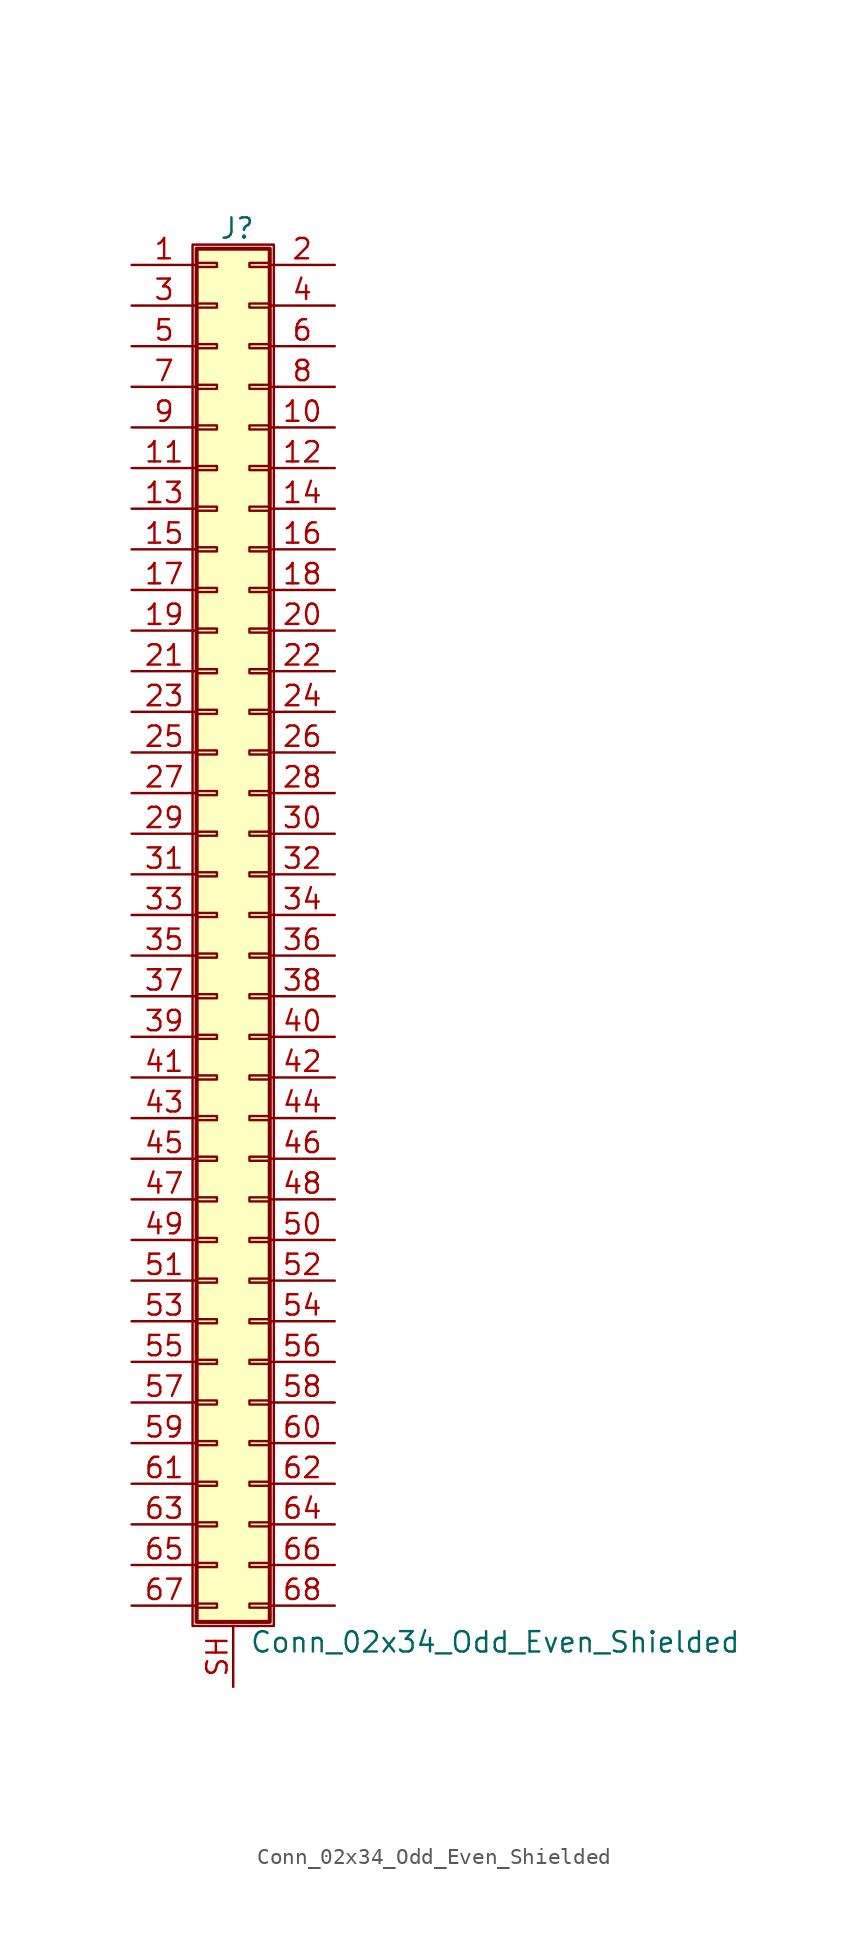
<source format=kicad_sym>
(kicad_symbol_lib
  (version 20201005)
  (generator kicad_symbol_editor)
  (symbol "Conn_02x34_Odd_Even_Shielded"
    (pin_names
      (offset 1.016) hide)
    (property "Reference" "J"
      (at 1.524 42.926 0)
      (effects (font (size 1.27 1.27))))
    (property "Value" "Conn_02x34_Odd_Even_Shielded"
      (at 2.286 -45.466 0)
      (effects (font (size 1.27 1.27)) (justify left)))
    (symbol "Conn_02x34_Odd_Even_Shielded_1_1"
      (rectangle (start -1.27 41.91) (end 3.81 -44.45) (stroke (width 0.152)) (fill (type none)))
      (rectangle (start -1.016 -43.053) (end 0.254 -43.307) (stroke (width 0.152)) (fill (type none)))
      (rectangle (start -1.016 -40.513) (end 0.254 -40.767) (stroke (width 0.152)) (fill (type none)))
      (rectangle (start -1.016 -37.973) (end 0.254 -38.227) (stroke (width 0.152)) (fill (type none)))
      (rectangle (start -1.016 -35.433) (end 0.254 -35.687) (stroke (width 0.152)) (fill (type none)))
      (rectangle (start -1.016 -32.893) (end 0.254 -33.147) (stroke (width 0.152)) (fill (type none)))
      (rectangle (start -1.016 -30.353) (end 0.254 -30.607) (stroke (width 0.152)) (fill (type none)))
      (rectangle (start -1.016 -27.813) (end 0.254 -28.067) (stroke (width 0.152)) (fill (type none)))
      (rectangle (start -1.016 -25.273) (end 0.254 -25.527) (stroke (width 0.152)) (fill (type none)))
      (rectangle (start -1.016 -22.733) (end 0.254 -22.987) (stroke (width 0.152)) (fill (type none)))
      (rectangle (start -1.016 -20.193) (end 0.254 -20.447) (stroke (width 0.152)) (fill (type none)))
      (rectangle (start -1.016 -17.653) (end 0.254 -17.907) (stroke (width 0.152)) (fill (type none)))
      (rectangle (start -1.016 -15.113) (end 0.254 -15.367) (stroke (width 0.152)) (fill (type none)))
      (rectangle (start -1.016 -12.573) (end 0.254 -12.827) (stroke (width 0.152)) (fill (type none)))
      (rectangle (start -1.016 -10.033) (end 0.254 -10.287) (stroke (width 0.152)) (fill (type none)))
      (rectangle (start -1.016 -7.493) (end 0.254 -7.747) (stroke (width 0.152)) (fill (type none)))
      (rectangle (start -1.016 -4.953) (end 0.254 -5.207) (stroke (width 0.152)) (fill (type none)))
      (rectangle (start -1.016 -2.413) (end 0.254 -2.667) (stroke (width 0.152)) (fill (type none)))
      (rectangle (start -1.016 0.127) (end 0.254 -0.127) (stroke (width 0.152)) (fill (type none)))
      (rectangle (start -1.016 2.667) (end 0.254 2.413) (stroke (width 0.152)) (fill (type none)))
      (rectangle (start -1.016 5.207) (end 0.254 4.953) (stroke (width 0.152)) (fill (type none)))
      (rectangle (start -1.016 7.747) (end 0.254 7.493) (stroke (width 0.152)) (fill (type none)))
      (rectangle (start -1.016 10.287) (end 0.254 10.033) (stroke (width 0.152)) (fill (type none)))
      (rectangle (start -1.016 12.827) (end 0.254 12.573) (stroke (width 0.152)) (fill (type none)))
      (rectangle (start -1.016 15.367) (end 0.254 15.113) (stroke (width 0.152)) (fill (type none)))
      (rectangle (start -1.016 17.907) (end 0.254 17.653) (stroke (width 0.152)) (fill (type none)))
      (rectangle (start -1.016 20.447) (end 0.254 20.193) (stroke (width 0.152)) (fill (type none)))
      (rectangle (start -1.016 22.987) (end 0.254 22.733) (stroke (width 0.152)) (fill (type none)))
      (rectangle (start -1.016 25.527) (end 0.254 25.273) (stroke (width 0.152)) (fill (type none)))
      (rectangle (start -1.016 28.067) (end 0.254 27.813) (stroke (width 0.152)) (fill (type none)))
      (rectangle (start -1.016 30.607) (end 0.254 30.353) (stroke (width 0.152)) (fill (type none)))
      (rectangle (start -1.016 33.147) (end 0.254 32.893) (stroke (width 0.152)) (fill (type none)))
      (rectangle (start -1.016 35.687) (end 0.254 35.433) (stroke (width 0.152)) (fill (type none)))
      (rectangle (start -1.016 38.227) (end 0.254 37.973) (stroke (width 0.152)) (fill (type none)))
      (rectangle (start -1.016 40.767) (end 0.254 40.513) (stroke (width 0.152)) (fill (type none)))
      (rectangle (start -1.016 41.656) (end 3.556 -44.196) (stroke (width 0.254)) (fill (type background)))
      (rectangle (start 3.556 -43.053) (end 2.286 -43.307) (stroke (width 0.152)) (fill (type none)))
      (rectangle (start 3.556 -40.513) (end 2.286 -40.767) (stroke (width 0.152)) (fill (type none)))
      (rectangle (start 3.556 -37.973) (end 2.286 -38.227) (stroke (width 0.152)) (fill (type none)))
      (rectangle (start 3.556 -35.433) (end 2.286 -35.687) (stroke (width 0.152)) (fill (type none)))
      (rectangle (start 3.556 -32.893) (end 2.286 -33.147) (stroke (width 0.152)) (fill (type none)))
      (rectangle (start 3.556 -30.353) (end 2.286 -30.607) (stroke (width 0.152)) (fill (type none)))
      (rectangle (start 3.556 -27.813) (end 2.286 -28.067) (stroke (width 0.152)) (fill (type none)))
      (rectangle (start 3.556 -25.273) (end 2.286 -25.527) (stroke (width 0.152)) (fill (type none)))
      (rectangle (start 3.556 -22.733) (end 2.286 -22.987) (stroke (width 0.152)) (fill (type none)))
      (rectangle (start 3.556 -20.193) (end 2.286 -20.447) (stroke (width 0.152)) (fill (type none)))
      (rectangle (start 3.556 -17.653) (end 2.286 -17.907) (stroke (width 0.152)) (fill (type none)))
      (rectangle (start 3.556 -15.113) (end 2.286 -15.367) (stroke (width 0.152)) (fill (type none)))
      (rectangle (start 3.556 -12.573) (end 2.286 -12.827) (stroke (width 0.152)) (fill (type none)))
      (rectangle (start 3.556 -10.033) (end 2.286 -10.287) (stroke (width 0.152)) (fill (type none)))
      (rectangle (start 3.556 -7.493) (end 2.286 -7.747) (stroke (width 0.152)) (fill (type none)))
      (rectangle (start 3.556 -4.953) (end 2.286 -5.207) (stroke (width 0.152)) (fill (type none)))
      (rectangle (start 3.556 -2.413) (end 2.286 -2.667) (stroke (width 0.152)) (fill (type none)))
      (rectangle (start 3.556 0.127) (end 2.286 -0.127) (stroke (width 0.152)) (fill (type none)))
      (rectangle (start 3.556 2.667) (end 2.286 2.413) (stroke (width 0.152)) (fill (type none)))
      (rectangle (start 3.556 5.207) (end 2.286 4.953) (stroke (width 0.152)) (fill (type none)))
      (rectangle (start 3.556 7.747) (end 2.286 7.493) (stroke (width 0.152)) (fill (type none)))
      (rectangle (start 3.556 10.287) (end 2.286 10.033) (stroke (width 0.152)) (fill (type none)))
      (rectangle (start 3.556 12.827) (end 2.286 12.573) (stroke (width 0.152)) (fill (type none)))
      (rectangle (start 3.556 15.367) (end 2.286 15.113) (stroke (width 0.152)) (fill (type none)))
      (rectangle (start 3.556 17.907) (end 2.286 17.653) (stroke (width 0.152)) (fill (type none)))
      (rectangle (start 3.556 20.447) (end 2.286 20.193) (stroke (width 0.152)) (fill (type none)))
      (rectangle (start 3.556 22.987) (end 2.286 22.733) (stroke (width 0.152)) (fill (type none)))
      (rectangle (start 3.556 25.527) (end 2.286 25.273) (stroke (width 0.152)) (fill (type none)))
      (rectangle (start 3.556 28.067) (end 2.286 27.813) (stroke (width 0.152)) (fill (type none)))
      (rectangle (start 3.556 30.607) (end 2.286 30.353) (stroke (width 0.152)) (fill (type none)))
      (rectangle (start 3.556 33.147) (end 2.286 32.893) (stroke (width 0.152)) (fill (type none)))
      (rectangle (start 3.556 35.687) (end 2.286 35.433) (stroke (width 0.152)) (fill (type none)))
      (rectangle (start 3.556 38.227) (end 2.286 37.973) (stroke (width 0.152)) (fill (type none)))
      (rectangle (start 3.556 40.767) (end 2.286 40.513) (stroke (width 0.152)) (fill (type none)))
      (pin passive line (at -5.08 40.64 0) (length 4.064) (name "Pin_1" (effects (font (size 1.27 1.27)))) (number "1" (effects (font (size 1.27 1.27)))))
      (pin passive line (at 7.62 30.48 180) (length 4.064) (name "Pin_10" (effects (font (size 1.27 1.27)))) (number "10" (effects (font (size 1.27 1.27)))))
      (pin passive line (at -5.08 27.94 0) (length 4.064) (name "Pin_11" (effects (font (size 1.27 1.27)))) (number "11" (effects (font (size 1.27 1.27)))))
      (pin passive line (at 7.62 27.94 180) (length 4.064) (name "Pin_12" (effects (font (size 1.27 1.27)))) (number "12" (effects (font (size 1.27 1.27)))))
      (pin passive line (at -5.08 25.4 0) (length 4.064) (name "Pin_13" (effects (font (size 1.27 1.27)))) (number "13" (effects (font (size 1.27 1.27)))))
      (pin passive line (at 7.62 25.4 180) (length 4.064) (name "Pin_14" (effects (font (size 1.27 1.27)))) (number "14" (effects (font (size 1.27 1.27)))))
      (pin passive line (at -5.08 22.86 0) (length 4.064) (name "Pin_15" (effects (font (size 1.27 1.27)))) (number "15" (effects (font (size 1.27 1.27)))))
      (pin passive line (at 7.62 22.86 180) (length 4.064) (name "Pin_16" (effects (font (size 1.27 1.27)))) (number "16" (effects (font (size 1.27 1.27)))))
      (pin passive line (at -5.08 20.32 0) (length 4.064) (name "Pin_17" (effects (font (size 1.27 1.27)))) (number "17" (effects (font (size 1.27 1.27)))))
      (pin passive line (at 7.62 20.32 180) (length 4.064) (name "Pin_18" (effects (font (size 1.27 1.27)))) (number "18" (effects (font (size 1.27 1.27)))))
      (pin passive line (at -5.08 17.78 0) (length 4.064) (name "Pin_19" (effects (font (size 1.27 1.27)))) (number "19" (effects (font (size 1.27 1.27)))))
      (pin passive line (at 7.62 40.64 180) (length 4.064) (name "Pin_2" (effects (font (size 1.27 1.27)))) (number "2" (effects (font (size 1.27 1.27)))))
      (pin passive line (at 7.62 17.78 180) (length 4.064) (name "Pin_20" (effects (font (size 1.27 1.27)))) (number "20" (effects (font (size 1.27 1.27)))))
      (pin passive line (at -5.08 15.24 0) (length 4.064) (name "Pin_21" (effects (font (size 1.27 1.27)))) (number "21" (effects (font (size 1.27 1.27)))))
      (pin passive line (at 7.62 15.24 180) (length 4.064) (name "Pin_22" (effects (font (size 1.27 1.27)))) (number "22" (effects (font (size 1.27 1.27)))))
      (pin passive line (at -5.08 12.7 0) (length 4.064) (name "Pin_23" (effects (font (size 1.27 1.27)))) (number "23" (effects (font (size 1.27 1.27)))))
      (pin passive line (at 7.62 12.7 180) (length 4.064) (name "Pin_24" (effects (font (size 1.27 1.27)))) (number "24" (effects (font (size 1.27 1.27)))))
      (pin passive line (at -5.08 10.16 0) (length 4.064) (name "Pin_25" (effects (font (size 1.27 1.27)))) (number "25" (effects (font (size 1.27 1.27)))))
      (pin passive line (at 7.62 10.16 180) (length 4.064) (name "Pin_26" (effects (font (size 1.27 1.27)))) (number "26" (effects (font (size 1.27 1.27)))))
      (pin passive line (at -5.08 7.62 0) (length 4.064) (name "Pin_27" (effects (font (size 1.27 1.27)))) (number "27" (effects (font (size 1.27 1.27)))))
      (pin passive line (at 7.62 7.62 180) (length 4.064) (name "Pin_28" (effects (font (size 1.27 1.27)))) (number "28" (effects (font (size 1.27 1.27)))))
      (pin passive line (at -5.08 5.08 0) (length 4.064) (name "Pin_29" (effects (font (size 1.27 1.27)))) (number "29" (effects (font (size 1.27 1.27)))))
      (pin passive line (at -5.08 38.1 0) (length 4.064) (name "Pin_3" (effects (font (size 1.27 1.27)))) (number "3" (effects (font (size 1.27 1.27)))))
      (pin passive line (at 7.62 5.08 180) (length 4.064) (name "Pin_30" (effects (font (size 1.27 1.27)))) (number "30" (effects (font (size 1.27 1.27)))))
      (pin passive line (at -5.08 2.54 0) (length 4.064) (name "Pin_31" (effects (font (size 1.27 1.27)))) (number "31" (effects (font (size 1.27 1.27)))))
      (pin passive line (at 7.62 2.54 180) (length 4.064) (name "Pin_32" (effects (font (size 1.27 1.27)))) (number "32" (effects (font (size 1.27 1.27)))))
      (pin passive line (at -5.08 0 0) (length 4.064) (name "Pin_33" (effects (font (size 1.27 1.27)))) (number "33" (effects (font (size 1.27 1.27)))))
      (pin passive line (at 7.62 0 180) (length 4.064) (name "Pin_34" (effects (font (size 1.27 1.27)))) (number "34" (effects (font (size 1.27 1.27)))))
      (pin passive line (at -5.08 -2.54 0) (length 4.064) (name "Pin_35" (effects (font (size 1.27 1.27)))) (number "35" (effects (font (size 1.27 1.27)))))
      (pin passive line (at 7.62 -2.54 180) (length 4.064) (name "Pin_36" (effects (font (size 1.27 1.27)))) (number "36" (effects (font (size 1.27 1.27)))))
      (pin passive line (at -5.08 -5.08 0) (length 4.064) (name "Pin_37" (effects (font (size 1.27 1.27)))) (number "37" (effects (font (size 1.27 1.27)))))
      (pin passive line (at 7.62 -5.08 180) (length 4.064) (name "Pin_38" (effects (font (size 1.27 1.27)))) (number "38" (effects (font (size 1.27 1.27)))))
      (pin passive line (at -5.08 -7.62 0) (length 4.064) (name "Pin_39" (effects (font (size 1.27 1.27)))) (number "39" (effects (font (size 1.27 1.27)))))
      (pin passive line (at 7.62 38.1 180) (length 4.064) (name "Pin_4" (effects (font (size 1.27 1.27)))) (number "4" (effects (font (size 1.27 1.27)))))
      (pin passive line (at 7.62 -7.62 180) (length 4.064) (name "Pin_40" (effects (font (size 1.27 1.27)))) (number "40" (effects (font (size 1.27 1.27)))))
      (pin passive line (at -5.08 -10.16 0) (length 4.064) (name "Pin_41" (effects (font (size 1.27 1.27)))) (number "41" (effects (font (size 1.27 1.27)))))
      (pin passive line (at 7.62 -10.16 180) (length 4.064) (name "Pin_42" (effects (font (size 1.27 1.27)))) (number "42" (effects (font (size 1.27 1.27)))))
      (pin passive line (at -5.08 -12.7 0) (length 4.064) (name "Pin_43" (effects (font (size 1.27 1.27)))) (number "43" (effects (font (size 1.27 1.27)))))
      (pin passive line (at 7.62 -12.7 180) (length 4.064) (name "Pin_44" (effects (font (size 1.27 1.27)))) (number "44" (effects (font (size 1.27 1.27)))))
      (pin passive line (at -5.08 -15.24 0) (length 4.064) (name "Pin_45" (effects (font (size 1.27 1.27)))) (number "45" (effects (font (size 1.27 1.27)))))
      (pin passive line (at 7.62 -15.24 180) (length 4.064) (name "Pin_46" (effects (font (size 1.27 1.27)))) (number "46" (effects (font (size 1.27 1.27)))))
      (pin passive line (at -5.08 -17.78 0) (length 4.064) (name "Pin_47" (effects (font (size 1.27 1.27)))) (number "47" (effects (font (size 1.27 1.27)))))
      (pin passive line (at 7.62 -17.78 180) (length 4.064) (name "Pin_48" (effects (font (size 1.27 1.27)))) (number "48" (effects (font (size 1.27 1.27)))))
      (pin passive line (at -5.08 -20.32 0) (length 4.064) (name "Pin_49" (effects (font (size 1.27 1.27)))) (number "49" (effects (font (size 1.27 1.27)))))
      (pin passive line (at -5.08 35.56 0) (length 4.064) (name "Pin_5" (effects (font (size 1.27 1.27)))) (number "5" (effects (font (size 1.27 1.27)))))
      (pin passive line (at 7.62 -20.32 180) (length 4.064) (name "Pin_50" (effects (font (size 1.27 1.27)))) (number "50" (effects (font (size 1.27 1.27)))))
      (pin passive line (at -5.08 -22.86 0) (length 4.064) (name "Pin_51" (effects (font (size 1.27 1.27)))) (number "51" (effects (font (size 1.27 1.27)))))
      (pin passive line (at 7.62 -22.86 180) (length 4.064) (name "Pin_52" (effects (font (size 1.27 1.27)))) (number "52" (effects (font (size 1.27 1.27)))))
      (pin passive line (at -5.08 -25.4 0) (length 4.064) (name "Pin_53" (effects (font (size 1.27 1.27)))) (number "53" (effects (font (size 1.27 1.27)))))
      (pin passive line (at 7.62 -25.4 180) (length 4.064) (name "Pin_54" (effects (font (size 1.27 1.27)))) (number "54" (effects (font (size 1.27 1.27)))))
      (pin passive line (at -5.08 -27.94 0) (length 4.064) (name "Pin_55" (effects (font (size 1.27 1.27)))) (number "55" (effects (font (size 1.27 1.27)))))
      (pin passive line (at 7.62 -27.94 180) (length 4.064) (name "Pin_56" (effects (font (size 1.27 1.27)))) (number "56" (effects (font (size 1.27 1.27)))))
      (pin passive line (at -5.08 -30.48 0) (length 4.064) (name "Pin_57" (effects (font (size 1.27 1.27)))) (number "57" (effects (font (size 1.27 1.27)))))
      (pin passive line (at 7.62 -30.48 180) (length 4.064) (name "Pin_58" (effects (font (size 1.27 1.27)))) (number "58" (effects (font (size 1.27 1.27)))))
      (pin passive line (at -5.08 -33.02 0) (length 4.064) (name "Pin_59" (effects (font (size 1.27 1.27)))) (number "59" (effects (font (size 1.27 1.27)))))
      (pin passive line (at 7.62 35.56 180) (length 4.064) (name "Pin_6" (effects (font (size 1.27 1.27)))) (number "6" (effects (font (size 1.27 1.27)))))
      (pin passive line (at 7.62 -33.02 180) (length 4.064) (name "Pin_60" (effects (font (size 1.27 1.27)))) (number "60" (effects (font (size 1.27 1.27)))))
      (pin passive line (at -5.08 -35.56 0) (length 4.064) (name "Pin_61" (effects (font (size 1.27 1.27)))) (number "61" (effects (font (size 1.27 1.27)))))
      (pin passive line (at 7.62 -35.56 180) (length 4.064) (name "Pin_62" (effects (font (size 1.27 1.27)))) (number "62" (effects (font (size 1.27 1.27)))))
      (pin passive line (at -5.08 -38.1 0) (length 4.064) (name "Pin_63" (effects (font (size 1.27 1.27)))) (number "63" (effects (font (size 1.27 1.27)))))
      (pin passive line (at 7.62 -38.1 180) (length 4.064) (name "Pin_64" (effects (font (size 1.27 1.27)))) (number "64" (effects (font (size 1.27 1.27)))))
      (pin passive line (at -5.08 -40.64 0) (length 4.064) (name "Pin_65" (effects (font (size 1.27 1.27)))) (number "65" (effects (font (size 1.27 1.27)))))
      (pin passive line (at 7.62 -40.64 180) (length 4.064) (name "Pin_66" (effects (font (size 1.27 1.27)))) (number "66" (effects (font (size 1.27 1.27)))))
      (pin passive line (at -5.08 -43.18 0) (length 4.064) (name "Pin_67" (effects (font (size 1.27 1.27)))) (number "67" (effects (font (size 1.27 1.27)))))
      (pin passive line (at 7.62 -43.18 180) (length 4.064) (name "Pin_68" (effects (font (size 1.27 1.27)))) (number "68" (effects (font (size 1.27 1.27)))))
      (pin passive line (at -5.08 33.02 0) (length 4.064) (name "Pin_7" (effects (font (size 1.27 1.27)))) (number "7" (effects (font (size 1.27 1.27)))))
      (pin passive line (at 7.62 33.02 180) (length 4.064) (name "Pin_8" (effects (font (size 1.27 1.27)))) (number "8" (effects (font (size 1.27 1.27)))))
      (pin passive line (at -5.08 30.48 0) (length 4.064) (name "Pin_9" (effects (font (size 1.27 1.27)))) (number "9" (effects (font (size 1.27 1.27)))))
      (pin passive line (at 1.27 -48.26 90) (length 3.81) (name "Shield" (effects (font (size 1.27 1.27)))) (number "SH" (effects (font (size 1.27 1.27))))))))
</source>
